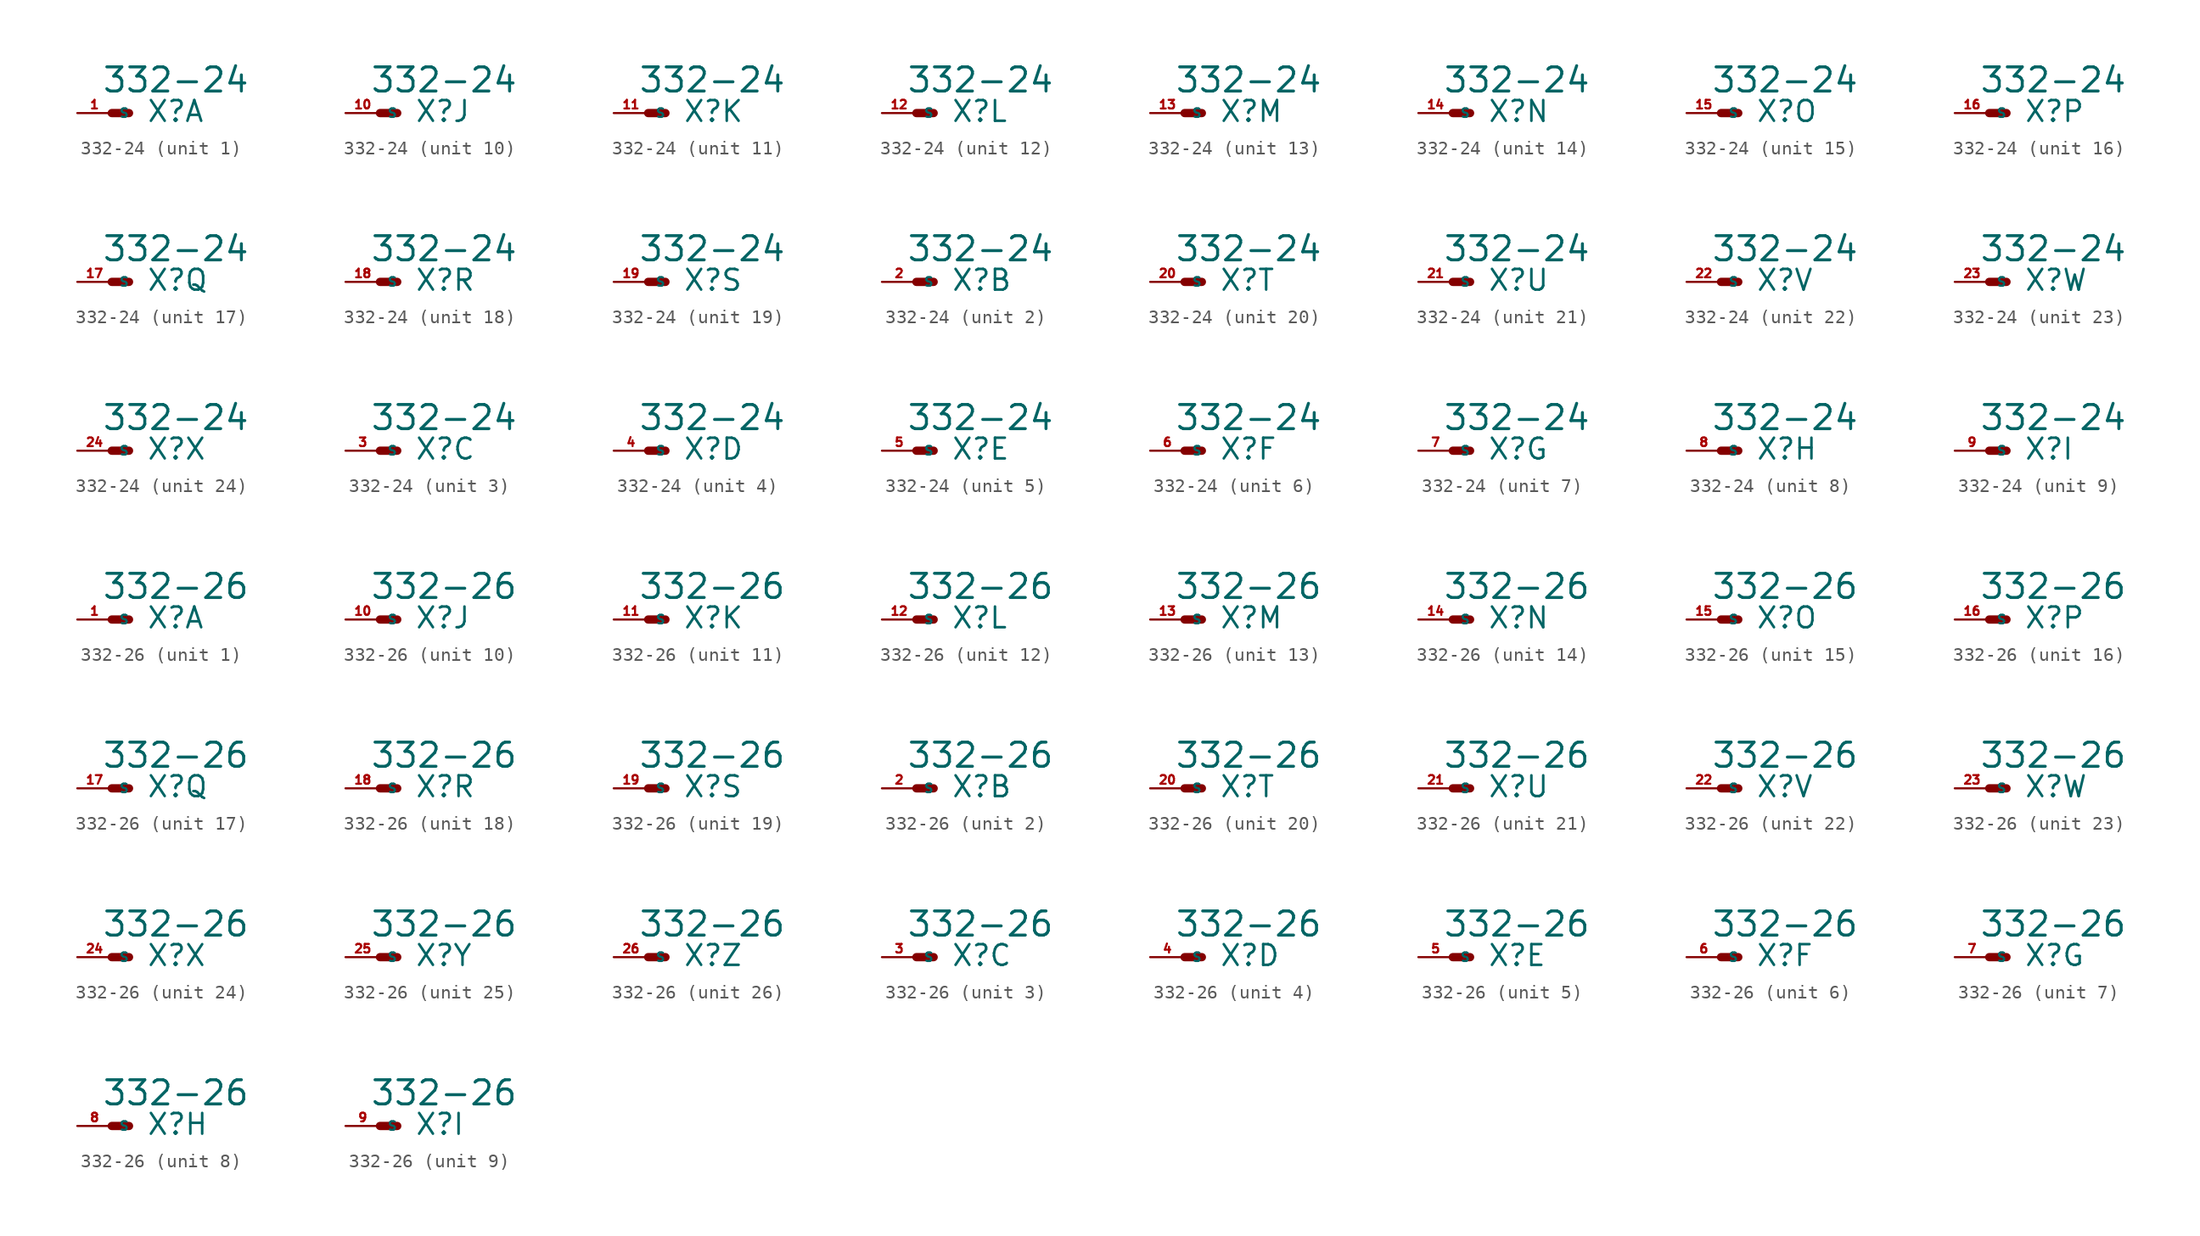
<source format=kicad_sym>
(kicad_symbol_lib
  (version 20220914)
  (generator Eagle2Kicad)
  (symbol "332-24"
    (property "Reference" "X"
      (at 2.54 -0.762 0)
      (effects (font (size 1.524 1.524) (thickness 0.19)) (justify left bottom)))
    (property "Value" "332-24"
      (at -0.762 1.397 0)
      (effects (font (size 1.778 1.778) (thickness 0.22)) (justify left bottom)))
    (symbol "332-24_1_0"
      (polyline (pts (xy 1.27 0) (xy 0 0)) (stroke (width 0.61) (type default)) (fill (type none)))
      (pin passive line (at -2.54 0 0) (length 2.54) (name "S" (effects (font (size 0.635 0.635) (thickness 0.08)) (justify left bottom))) (number "1" (effects (font (size 0.635 0.635) (thickness 0.08)) (justify left bottom)))))
    (symbol "332-24_2_0"
      (polyline (pts (xy 1.27 0) (xy 0 0)) (stroke (width 0.61) (type default)) (fill (type none)))
      (pin passive line (at -2.54 0 0) (length 2.54) (name "S" (effects (font (size 0.635 0.635) (thickness 0.08)) (justify left bottom))) (number "2" (effects (font (size 0.635 0.635) (thickness 0.08)) (justify left bottom)))))
    (symbol "332-24_3_0"
      (polyline (pts (xy 1.27 0) (xy 0 0)) (stroke (width 0.61) (type default)) (fill (type none)))
      (pin passive line (at -2.54 0 0) (length 2.54) (name "S" (effects (font (size 0.635 0.635) (thickness 0.08)) (justify left bottom))) (number "3" (effects (font (size 0.635 0.635) (thickness 0.08)) (justify left bottom)))))
    (symbol "332-24_4_0"
      (polyline (pts (xy 1.27 0) (xy 0 0)) (stroke (width 0.61) (type default)) (fill (type none)))
      (pin passive line (at -2.54 0 0) (length 2.54) (name "S" (effects (font (size 0.635 0.635) (thickness 0.08)) (justify left bottom))) (number "4" (effects (font (size 0.635 0.635) (thickness 0.08)) (justify left bottom)))))
    (symbol "332-24_5_0"
      (polyline (pts (xy 1.27 0) (xy 0 0)) (stroke (width 0.61) (type default)) (fill (type none)))
      (pin passive line (at -2.54 0 0) (length 2.54) (name "S" (effects (font (size 0.635 0.635) (thickness 0.08)) (justify left bottom))) (number "5" (effects (font (size 0.635 0.635) (thickness 0.08)) (justify left bottom)))))
    (symbol "332-24_6_0"
      (polyline (pts (xy 1.27 0) (xy 0 0)) (stroke (width 0.61) (type default)) (fill (type none)))
      (pin passive line (at -2.54 0 0) (length 2.54) (name "S" (effects (font (size 0.635 0.635) (thickness 0.08)) (justify left bottom))) (number "6" (effects (font (size 0.635 0.635) (thickness 0.08)) (justify left bottom)))))
    (symbol "332-24_7_0"
      (polyline (pts (xy 1.27 0) (xy 0 0)) (stroke (width 0.61) (type default)) (fill (type none)))
      (pin passive line (at -2.54 0 0) (length 2.54) (name "S" (effects (font (size 0.635 0.635) (thickness 0.08)) (justify left bottom))) (number "7" (effects (font (size 0.635 0.635) (thickness 0.08)) (justify left bottom)))))
    (symbol "332-24_8_0"
      (polyline (pts (xy 1.27 0) (xy 0 0)) (stroke (width 0.61) (type default)) (fill (type none)))
      (pin passive line (at -2.54 0 0) (length 2.54) (name "S" (effects (font (size 0.635 0.635) (thickness 0.08)) (justify left bottom))) (number "8" (effects (font (size 0.635 0.635) (thickness 0.08)) (justify left bottom)))))
    (symbol "332-24_9_0"
      (polyline (pts (xy 1.27 0) (xy 0 0)) (stroke (width 0.61) (type default)) (fill (type none)))
      (pin passive line (at -2.54 0 0) (length 2.54) (name "S" (effects (font (size 0.635 0.635) (thickness 0.08)) (justify left bottom))) (number "9" (effects (font (size 0.635 0.635) (thickness 0.08)) (justify left bottom)))))
    (symbol "332-24_10_0"
      (polyline (pts (xy 1.27 0) (xy 0 0)) (stroke (width 0.61) (type default)) (fill (type none)))
      (pin passive line (at -2.54 0 0) (length 2.54) (name "S" (effects (font (size 0.635 0.635) (thickness 0.08)) (justify left bottom))) (number "10" (effects (font (size 0.635 0.635) (thickness 0.08)) (justify left bottom)))))
    (symbol "332-24_11_0"
      (polyline (pts (xy 1.27 0) (xy 0 0)) (stroke (width 0.61) (type default)) (fill (type none)))
      (pin passive line (at -2.54 0 0) (length 2.54) (name "S" (effects (font (size 0.635 0.635) (thickness 0.08)) (justify left bottom))) (number "11" (effects (font (size 0.635 0.635) (thickness 0.08)) (justify left bottom)))))
    (symbol "332-24_12_0"
      (polyline (pts (xy 1.27 0) (xy 0 0)) (stroke (width 0.61) (type default)) (fill (type none)))
      (pin passive line (at -2.54 0 0) (length 2.54) (name "S" (effects (font (size 0.635 0.635) (thickness 0.08)) (justify left bottom))) (number "12" (effects (font (size 0.635 0.635) (thickness 0.08)) (justify left bottom)))))
    (symbol "332-24_13_0"
      (polyline (pts (xy 1.27 0) (xy 0 0)) (stroke (width 0.61) (type default)) (fill (type none)))
      (pin passive line (at -2.54 0 0) (length 2.54) (name "S" (effects (font (size 0.635 0.635) (thickness 0.08)) (justify left bottom))) (number "13" (effects (font (size 0.635 0.635) (thickness 0.08)) (justify left bottom)))))
    (symbol "332-24_14_0"
      (polyline (pts (xy 1.27 0) (xy 0 0)) (stroke (width 0.61) (type default)) (fill (type none)))
      (pin passive line (at -2.54 0 0) (length 2.54) (name "S" (effects (font (size 0.635 0.635) (thickness 0.08)) (justify left bottom))) (number "14" (effects (font (size 0.635 0.635) (thickness 0.08)) (justify left bottom)))))
    (symbol "332-24_15_0"
      (polyline (pts (xy 1.27 0) (xy 0 0)) (stroke (width 0.61) (type default)) (fill (type none)))
      (pin passive line (at -2.54 0 0) (length 2.54) (name "S" (effects (font (size 0.635 0.635) (thickness 0.08)) (justify left bottom))) (number "15" (effects (font (size 0.635 0.635) (thickness 0.08)) (justify left bottom)))))
    (symbol "332-24_16_0"
      (polyline (pts (xy 1.27 0) (xy 0 0)) (stroke (width 0.61) (type default)) (fill (type none)))
      (pin passive line (at -2.54 0 0) (length 2.54) (name "S" (effects (font (size 0.635 0.635) (thickness 0.08)) (justify left bottom))) (number "16" (effects (font (size 0.635 0.635) (thickness 0.08)) (justify left bottom)))))
    (symbol "332-24_17_0"
      (polyline (pts (xy 1.27 0) (xy 0 0)) (stroke (width 0.61) (type default)) (fill (type none)))
      (pin passive line (at -2.54 0 0) (length 2.54) (name "S" (effects (font (size 0.635 0.635) (thickness 0.08)) (justify left bottom))) (number "17" (effects (font (size 0.635 0.635) (thickness 0.08)) (justify left bottom)))))
    (symbol "332-24_18_0"
      (polyline (pts (xy 1.27 0) (xy 0 0)) (stroke (width 0.61) (type default)) (fill (type none)))
      (pin passive line (at -2.54 0 0) (length 2.54) (name "S" (effects (font (size 0.635 0.635) (thickness 0.08)) (justify left bottom))) (number "18" (effects (font (size 0.635 0.635) (thickness 0.08)) (justify left bottom)))))
    (symbol "332-24_19_0"
      (polyline (pts (xy 1.27 0) (xy 0 0)) (stroke (width 0.61) (type default)) (fill (type none)))
      (pin passive line (at -2.54 0 0) (length 2.54) (name "S" (effects (font (size 0.635 0.635) (thickness 0.08)) (justify left bottom))) (number "19" (effects (font (size 0.635 0.635) (thickness 0.08)) (justify left bottom)))))
    (symbol "332-24_20_0"
      (polyline (pts (xy 1.27 0) (xy 0 0)) (stroke (width 0.61) (type default)) (fill (type none)))
      (pin passive line (at -2.54 0 0) (length 2.54) (name "S" (effects (font (size 0.635 0.635) (thickness 0.08)) (justify left bottom))) (number "20" (effects (font (size 0.635 0.635) (thickness 0.08)) (justify left bottom)))))
    (symbol "332-24_21_0"
      (polyline (pts (xy 1.27 0) (xy 0 0)) (stroke (width 0.61) (type default)) (fill (type none)))
      (pin passive line (at -2.54 0 0) (length 2.54) (name "S" (effects (font (size 0.635 0.635) (thickness 0.08)) (justify left bottom))) (number "21" (effects (font (size 0.635 0.635) (thickness 0.08)) (justify left bottom)))))
    (symbol "332-24_22_0"
      (polyline (pts (xy 1.27 0) (xy 0 0)) (stroke (width 0.61) (type default)) (fill (type none)))
      (pin passive line (at -2.54 0 0) (length 2.54) (name "S" (effects (font (size 0.635 0.635) (thickness 0.08)) (justify left bottom))) (number "22" (effects (font (size 0.635 0.635) (thickness 0.08)) (justify left bottom)))))
    (symbol "332-24_23_0"
      (polyline (pts (xy 1.27 0) (xy 0 0)) (stroke (width 0.61) (type default)) (fill (type none)))
      (pin passive line (at -2.54 0 0) (length 2.54) (name "S" (effects (font (size 0.635 0.635) (thickness 0.08)) (justify left bottom))) (number "23" (effects (font (size 0.635 0.635) (thickness 0.08)) (justify left bottom)))))
    (symbol "332-24_24_0"
      (polyline (pts (xy 1.27 0) (xy 0 0)) (stroke (width 0.61) (type default)) (fill (type none)))
      (pin passive line (at -2.54 0 0) (length 2.54) (name "S" (effects (font (size 0.635 0.635) (thickness 0.08)) (justify left bottom))) (number "24" (effects (font (size 0.635 0.635) (thickness 0.08)) (justify left bottom))))))
  (symbol "332-26"
    (property "Reference" "X"
      (at 2.54 -0.762 0)
      (effects (font (size 1.524 1.524) (thickness 0.19)) (justify left bottom)))
    (property "Value" "332-26"
      (at -0.762 1.397 0)
      (effects (font (size 1.778 1.778) (thickness 0.22)) (justify left bottom)))
    (symbol "332-26_1_0"
      (polyline (pts (xy 1.27 0) (xy 0 0)) (stroke (width 0.61) (type default)) (fill (type none)))
      (pin passive line (at -2.54 0 0) (length 2.54) (name "S" (effects (font (size 0.635 0.635) (thickness 0.08)) (justify left bottom))) (number "1" (effects (font (size 0.635 0.635) (thickness 0.08)) (justify left bottom)))))
    (symbol "332-26_2_0"
      (polyline (pts (xy 1.27 0) (xy 0 0)) (stroke (width 0.61) (type default)) (fill (type none)))
      (pin passive line (at -2.54 0 0) (length 2.54) (name "S" (effects (font (size 0.635 0.635) (thickness 0.08)) (justify left bottom))) (number "2" (effects (font (size 0.635 0.635) (thickness 0.08)) (justify left bottom)))))
    (symbol "332-26_3_0"
      (polyline (pts (xy 1.27 0) (xy 0 0)) (stroke (width 0.61) (type default)) (fill (type none)))
      (pin passive line (at -2.54 0 0) (length 2.54) (name "S" (effects (font (size 0.635 0.635) (thickness 0.08)) (justify left bottom))) (number "3" (effects (font (size 0.635 0.635) (thickness 0.08)) (justify left bottom)))))
    (symbol "332-26_4_0"
      (polyline (pts (xy 1.27 0) (xy 0 0)) (stroke (width 0.61) (type default)) (fill (type none)))
      (pin passive line (at -2.54 0 0) (length 2.54) (name "S" (effects (font (size 0.635 0.635) (thickness 0.08)) (justify left bottom))) (number "4" (effects (font (size 0.635 0.635) (thickness 0.08)) (justify left bottom)))))
    (symbol "332-26_5_0"
      (polyline (pts (xy 1.27 0) (xy 0 0)) (stroke (width 0.61) (type default)) (fill (type none)))
      (pin passive line (at -2.54 0 0) (length 2.54) (name "S" (effects (font (size 0.635 0.635) (thickness 0.08)) (justify left bottom))) (number "5" (effects (font (size 0.635 0.635) (thickness 0.08)) (justify left bottom)))))
    (symbol "332-26_6_0"
      (polyline (pts (xy 1.27 0) (xy 0 0)) (stroke (width 0.61) (type default)) (fill (type none)))
      (pin passive line (at -2.54 0 0) (length 2.54) (name "S" (effects (font (size 0.635 0.635) (thickness 0.08)) (justify left bottom))) (number "6" (effects (font (size 0.635 0.635) (thickness 0.08)) (justify left bottom)))))
    (symbol "332-26_7_0"
      (polyline (pts (xy 1.27 0) (xy 0 0)) (stroke (width 0.61) (type default)) (fill (type none)))
      (pin passive line (at -2.54 0 0) (length 2.54) (name "S" (effects (font (size 0.635 0.635) (thickness 0.08)) (justify left bottom))) (number "7" (effects (font (size 0.635 0.635) (thickness 0.08)) (justify left bottom)))))
    (symbol "332-26_8_0"
      (polyline (pts (xy 1.27 0) (xy 0 0)) (stroke (width 0.61) (type default)) (fill (type none)))
      (pin passive line (at -2.54 0 0) (length 2.54) (name "S" (effects (font (size 0.635 0.635) (thickness 0.08)) (justify left bottom))) (number "8" (effects (font (size 0.635 0.635) (thickness 0.08)) (justify left bottom)))))
    (symbol "332-26_9_0"
      (polyline (pts (xy 1.27 0) (xy 0 0)) (stroke (width 0.61) (type default)) (fill (type none)))
      (pin passive line (at -2.54 0 0) (length 2.54) (name "S" (effects (font (size 0.635 0.635) (thickness 0.08)) (justify left bottom))) (number "9" (effects (font (size 0.635 0.635) (thickness 0.08)) (justify left bottom)))))
    (symbol "332-26_10_0"
      (polyline (pts (xy 1.27 0) (xy 0 0)) (stroke (width 0.61) (type default)) (fill (type none)))
      (pin passive line (at -2.54 0 0) (length 2.54) (name "S" (effects (font (size 0.635 0.635) (thickness 0.08)) (justify left bottom))) (number "10" (effects (font (size 0.635 0.635) (thickness 0.08)) (justify left bottom)))))
    (symbol "332-26_11_0"
      (polyline (pts (xy 1.27 0) (xy 0 0)) (stroke (width 0.61) (type default)) (fill (type none)))
      (pin passive line (at -2.54 0 0) (length 2.54) (name "S" (effects (font (size 0.635 0.635) (thickness 0.08)) (justify left bottom))) (number "11" (effects (font (size 0.635 0.635) (thickness 0.08)) (justify left bottom)))))
    (symbol "332-26_12_0"
      (polyline (pts (xy 1.27 0) (xy 0 0)) (stroke (width 0.61) (type default)) (fill (type none)))
      (pin passive line (at -2.54 0 0) (length 2.54) (name "S" (effects (font (size 0.635 0.635) (thickness 0.08)) (justify left bottom))) (number "12" (effects (font (size 0.635 0.635) (thickness 0.08)) (justify left bottom)))))
    (symbol "332-26_13_0"
      (polyline (pts (xy 1.27 0) (xy 0 0)) (stroke (width 0.61) (type default)) (fill (type none)))
      (pin passive line (at -2.54 0 0) (length 2.54) (name "S" (effects (font (size 0.635 0.635) (thickness 0.08)) (justify left bottom))) (number "13" (effects (font (size 0.635 0.635) (thickness 0.08)) (justify left bottom)))))
    (symbol "332-26_14_0"
      (polyline (pts (xy 1.27 0) (xy 0 0)) (stroke (width 0.61) (type default)) (fill (type none)))
      (pin passive line (at -2.54 0 0) (length 2.54) (name "S" (effects (font (size 0.635 0.635) (thickness 0.08)) (justify left bottom))) (number "14" (effects (font (size 0.635 0.635) (thickness 0.08)) (justify left bottom)))))
    (symbol "332-26_15_0"
      (polyline (pts (xy 1.27 0) (xy 0 0)) (stroke (width 0.61) (type default)) (fill (type none)))
      (pin passive line (at -2.54 0 0) (length 2.54) (name "S" (effects (font (size 0.635 0.635) (thickness 0.08)) (justify left bottom))) (number "15" (effects (font (size 0.635 0.635) (thickness 0.08)) (justify left bottom)))))
    (symbol "332-26_16_0"
      (polyline (pts (xy 1.27 0) (xy 0 0)) (stroke (width 0.61) (type default)) (fill (type none)))
      (pin passive line (at -2.54 0 0) (length 2.54) (name "S" (effects (font (size 0.635 0.635) (thickness 0.08)) (justify left bottom))) (number "16" (effects (font (size 0.635 0.635) (thickness 0.08)) (justify left bottom)))))
    (symbol "332-26_17_0"
      (polyline (pts (xy 1.27 0) (xy 0 0)) (stroke (width 0.61) (type default)) (fill (type none)))
      (pin passive line (at -2.54 0 0) (length 2.54) (name "S" (effects (font (size 0.635 0.635) (thickness 0.08)) (justify left bottom))) (number "17" (effects (font (size 0.635 0.635) (thickness 0.08)) (justify left bottom)))))
    (symbol "332-26_18_0"
      (polyline (pts (xy 1.27 0) (xy 0 0)) (stroke (width 0.61) (type default)) (fill (type none)))
      (pin passive line (at -2.54 0 0) (length 2.54) (name "S" (effects (font (size 0.635 0.635) (thickness 0.08)) (justify left bottom))) (number "18" (effects (font (size 0.635 0.635) (thickness 0.08)) (justify left bottom)))))
    (symbol "332-26_19_0"
      (polyline (pts (xy 1.27 0) (xy 0 0)) (stroke (width 0.61) (type default)) (fill (type none)))
      (pin passive line (at -2.54 0 0) (length 2.54) (name "S" (effects (font (size 0.635 0.635) (thickness 0.08)) (justify left bottom))) (number "19" (effects (font (size 0.635 0.635) (thickness 0.08)) (justify left bottom)))))
    (symbol "332-26_20_0"
      (polyline (pts (xy 1.27 0) (xy 0 0)) (stroke (width 0.61) (type default)) (fill (type none)))
      (pin passive line (at -2.54 0 0) (length 2.54) (name "S" (effects (font (size 0.635 0.635) (thickness 0.08)) (justify left bottom))) (number "20" (effects (font (size 0.635 0.635) (thickness 0.08)) (justify left bottom)))))
    (symbol "332-26_21_0"
      (polyline (pts (xy 1.27 0) (xy 0 0)) (stroke (width 0.61) (type default)) (fill (type none)))
      (pin passive line (at -2.54 0 0) (length 2.54) (name "S" (effects (font (size 0.635 0.635) (thickness 0.08)) (justify left bottom))) (number "21" (effects (font (size 0.635 0.635) (thickness 0.08)) (justify left bottom)))))
    (symbol "332-26_22_0"
      (polyline (pts (xy 1.27 0) (xy 0 0)) (stroke (width 0.61) (type default)) (fill (type none)))
      (pin passive line (at -2.54 0 0) (length 2.54) (name "S" (effects (font (size 0.635 0.635) (thickness 0.08)) (justify left bottom))) (number "22" (effects (font (size 0.635 0.635) (thickness 0.08)) (justify left bottom)))))
    (symbol "332-26_23_0"
      (polyline (pts (xy 1.27 0) (xy 0 0)) (stroke (width 0.61) (type default)) (fill (type none)))
      (pin passive line (at -2.54 0 0) (length 2.54) (name "S" (effects (font (size 0.635 0.635) (thickness 0.08)) (justify left bottom))) (number "23" (effects (font (size 0.635 0.635) (thickness 0.08)) (justify left bottom)))))
    (symbol "332-26_24_0"
      (polyline (pts (xy 1.27 0) (xy 0 0)) (stroke (width 0.61) (type default)) (fill (type none)))
      (pin passive line (at -2.54 0 0) (length 2.54) (name "S" (effects (font (size 0.635 0.635) (thickness 0.08)) (justify left bottom))) (number "24" (effects (font (size 0.635 0.635) (thickness 0.08)) (justify left bottom)))))
    (symbol "332-26_25_0"
      (polyline (pts (xy 1.27 0) (xy 0 0)) (stroke (width 0.61) (type default)) (fill (type none)))
      (pin passive line (at -2.54 0 0) (length 2.54) (name "S" (effects (font (size 0.635 0.635) (thickness 0.08)) (justify left bottom))) (number "25" (effects (font (size 0.635 0.635) (thickness 0.08)) (justify left bottom)))))
    (symbol "332-26_26_0"
      (polyline (pts (xy 1.27 0) (xy 0 0)) (stroke (width 0.61) (type default)) (fill (type none)))
      (pin passive line (at -2.54 0 0) (length 2.54) (name "S" (effects (font (size 0.635 0.635) (thickness 0.08)) (justify left bottom))) (number "26" (effects (font (size 0.635 0.635) (thickness 0.08)) (justify left bottom)))))))
</source>
